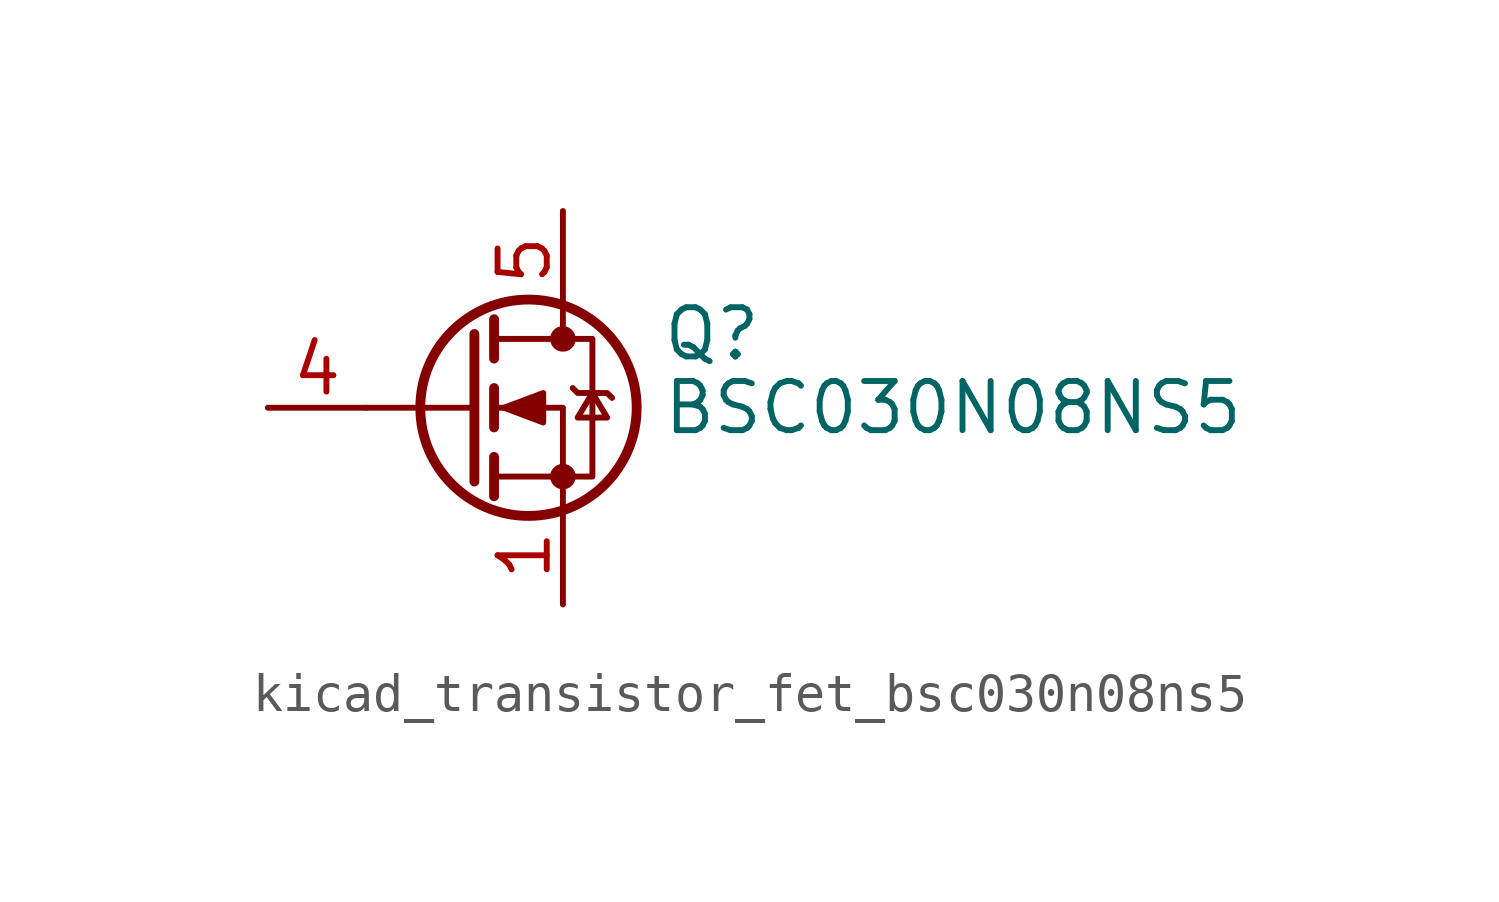
<source format=kicad_sym>
(kicad_symbol_lib
  (version 20220914)
  (generator kicad_symbol_editor)
  (symbol "kicad_transistor_fet_bsc030n08ns5"
    (pin_names hide)
    (property "Reference" "Q"
      (at 5.08 1.905 0)
      (effects (font (size 1.27 1.27)) (justify left)))
    (property "Value" "BSC030N08NS5"
      (at 5.08 0 0)
      (effects (font (size 1.27 1.27)) (justify left)))
    (symbol "kicad_transistor_fet_bsc030n08ns5_0_1"
      (polyline (pts (xy 0.254 0) (xy -2.54 0)) (stroke (width 0) (type default)) (fill (type none)))
      (polyline (pts (xy 0.254 1.905) (xy 0.254 -1.905)) (stroke (width 0.254) (type default)) (fill (type none)))
      (polyline (pts (xy 0.762 -1.27) (xy 0.762 -2.286)) (stroke (width 0.254) (type default)) (fill (type none)))
      (polyline (pts (xy 0.762 0.508) (xy 0.762 -0.508)) (stroke (width 0.254) (type default)) (fill (type none)))
      (polyline (pts (xy 0.762 2.286) (xy 0.762 1.27)) (stroke (width 0.254) (type default)) (fill (type none)))
      (polyline (pts (xy 2.54 2.54) (xy 2.54 1.778)) (stroke (width 0) (type default)) (fill (type none)))
      (polyline (pts (xy 2.54 -2.54) (xy 2.54 0) (xy 0.762 0)) (stroke (width 0) (type default)) (fill (type none)))
      (polyline (pts (xy 0.762 -1.778) (xy 3.302 -1.778) (xy 3.302 1.778) (xy 0.762 1.778)) (stroke (width 0) (type default)) (fill (type none)))
      (polyline (pts (xy 1.016 0) (xy 2.032 0.381) (xy 2.032 -0.381) (xy 1.016 0)) (stroke (width 0) (type default)) (fill (type outline)))
      (polyline (pts (xy 2.794 0.508) (xy 2.921 0.381) (xy 3.683 0.381) (xy 3.81 0.254)) (stroke (width 0) (type default)) (fill (type none)))
      (polyline (pts (xy 3.302 0.381) (xy 2.921 -0.254) (xy 3.683 -0.254) (xy 3.302 0.381)) (stroke (width 0) (type default)) (fill (type none)))
      (circle (center 1.651 0) (radius 2.794) (stroke (width 0.254) (type default)) (fill (type none)))
      (circle (center 2.54 -1.778) (radius 0.254) (stroke (width 0) (type default)) (fill (type outline)))
      (circle (center 2.54 1.778) (radius 0.254) (stroke (width 0) (type default)) (fill (type outline))))
    (symbol "kicad_transistor_fet_bsc030n08ns5_1_1"
      (pin passive line (at 2.54 -5.08 90) (length 2.54) (name "S" (effects (font (size 1.27 1.27)))) (number "1" (effects (font (size 1.27 1.27)))))
      (pin passive line (at 2.54 -5.08 90) (length 2.54) hide (name "S" (effects (font (size 1.27 1.27)))) (number "2" (effects (font (size 1.27 1.27)))))
      (pin passive line (at 2.54 -5.08 90) (length 2.54) hide (name "S" (effects (font (size 1.27 1.27)))) (number "3" (effects (font (size 1.27 1.27)))))
      (pin passive line (at -5.08 0 0) (length 2.54) (name "G" (effects (font (size 1.27 1.27)))) (number "4" (effects (font (size 1.27 1.27)))))
      (pin passive line (at 2.54 5.08 270) (length 2.54) (name "D" (effects (font (size 1.27 1.27)))) (number "5" (effects (font (size 1.27 1.27))))))))
</source>
